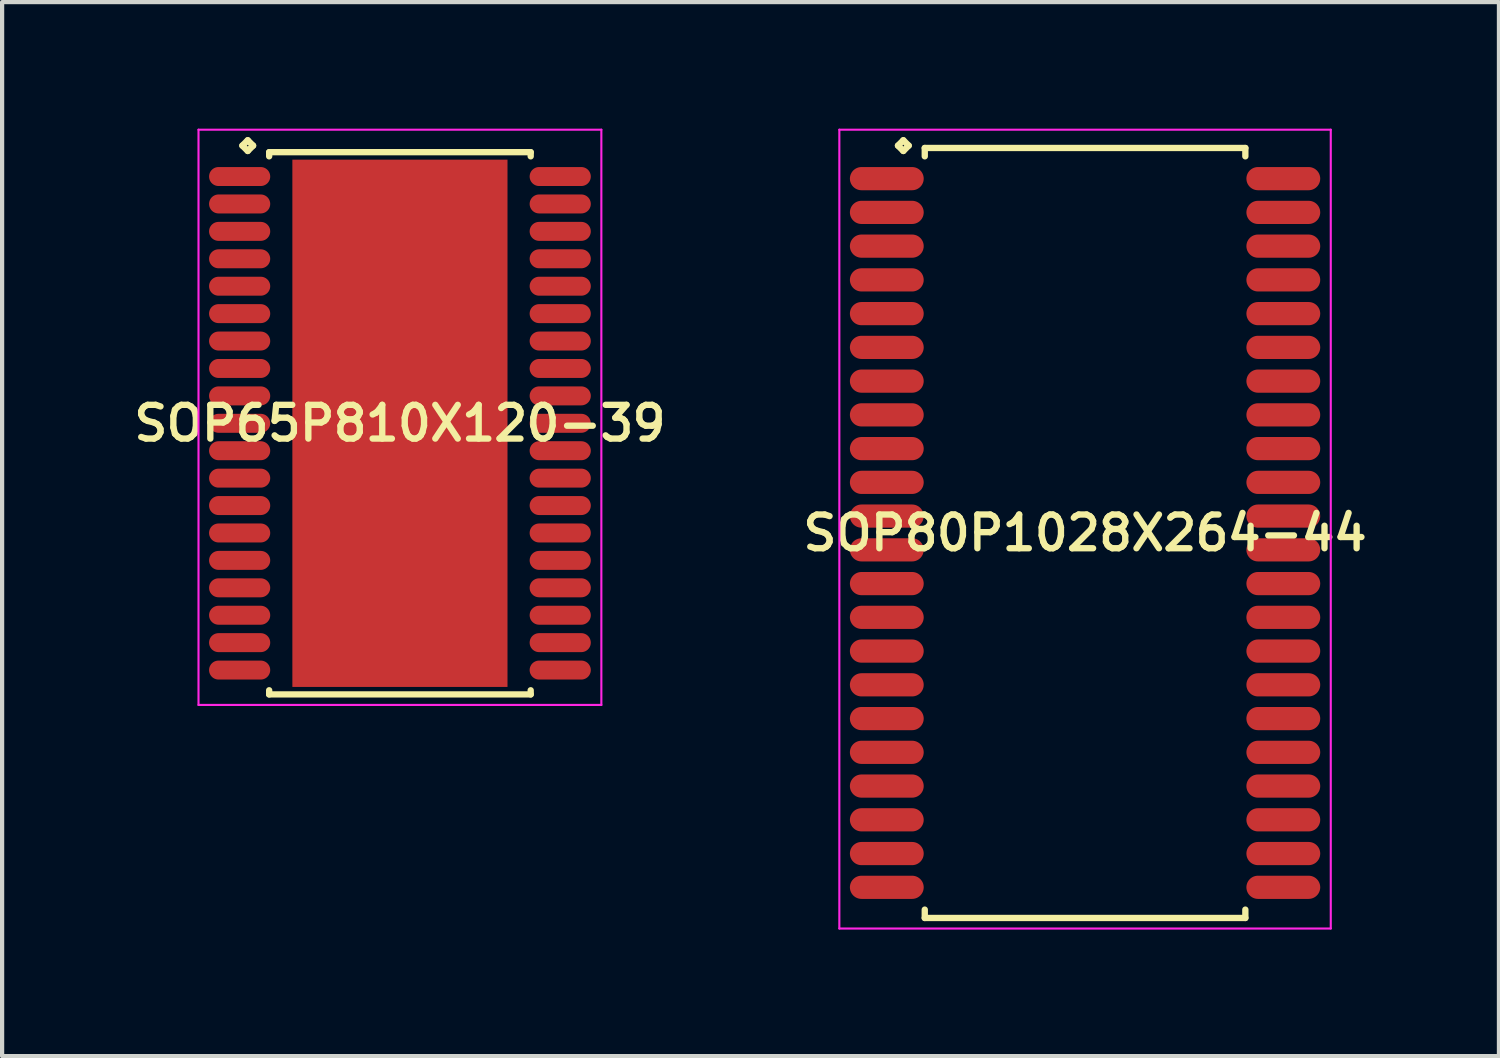
<source format=kicad_pcb>
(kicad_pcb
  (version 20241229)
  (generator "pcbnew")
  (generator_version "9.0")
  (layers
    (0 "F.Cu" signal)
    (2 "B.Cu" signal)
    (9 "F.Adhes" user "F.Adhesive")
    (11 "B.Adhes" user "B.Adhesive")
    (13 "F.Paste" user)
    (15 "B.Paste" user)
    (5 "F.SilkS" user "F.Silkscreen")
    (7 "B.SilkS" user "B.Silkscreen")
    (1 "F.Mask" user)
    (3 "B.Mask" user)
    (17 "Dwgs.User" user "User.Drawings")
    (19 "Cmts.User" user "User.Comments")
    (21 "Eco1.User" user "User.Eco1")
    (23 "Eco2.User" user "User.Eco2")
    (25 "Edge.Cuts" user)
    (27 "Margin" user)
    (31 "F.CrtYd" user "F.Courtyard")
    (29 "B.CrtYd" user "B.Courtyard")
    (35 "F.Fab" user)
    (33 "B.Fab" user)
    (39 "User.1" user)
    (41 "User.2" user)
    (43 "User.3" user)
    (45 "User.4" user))
  (footprint "SOP80P1028X264-44"
    (layer "F.Cu")
    (at 22.673 9.585)
    (property "Reference" "SOP80P1028X264-44" (at 0 0 0) (layer "F.SilkS") (effects (font (size 0.8 0.8) (thickness 0.15))))
    (attr smd)
    (fp_line (start -4.435 -9.183) (end -4.308 -9.31) (stroke (width 0.15) (type solid)) (layer "F.SilkS"))
    (fp_line (start -4.308 -9.31) (end -4.181 -9.183) (stroke (width 0.15) (type solid)) (layer "F.SilkS"))
    (fp_line (start -4.308 -9.056) (end -4.435 -9.183) (stroke (width 0.15) (type solid)) (layer "F.SilkS"))
    (fp_line (start -4.181 -9.183) (end -4.308 -9.056) (stroke (width 0.15) (type solid)) (layer "F.SilkS"))
    (fp_line (start -3.8 -9.127) (end 3.8 -9.127) (stroke (width 0.15) (type solid)) (layer "F.SilkS"))
    (fp_line (start -3.8 -8.929) (end -3.8 -9.127) (stroke (width 0.15) (type solid)) (layer "F.SilkS"))
    (fp_line (start -3.8 8.929) (end -3.8 9.127) (stroke (width 0.15) (type solid)) (layer "F.SilkS"))
    (fp_line (start -3.8 9.127) (end 3.8 9.127) (stroke (width 0.15) (type solid)) (layer "F.SilkS"))
    (fp_line (start 3.8 -9.127) (end 3.8 -8.929) (stroke (width 0.15) (type solid)) (layer "F.SilkS"))
    (fp_line (start 3.8 9.127) (end 3.8 8.929) (stroke (width 0.15) (type solid)) (layer "F.SilkS"))
    (fp_line (start -5.825 -9.56) (end 5.825 -9.56) (stroke (width 0.05) (type solid)) (layer "F.CrtYd"))
    (fp_line (start -5.825 9.377) (end -5.825 -9.56) (stroke (width 0.05) (type solid)) (layer "F.CrtYd"))
    (fp_line (start 5.825 -9.56) (end 5.825 9.377) (stroke (width 0.05) (type solid)) (layer "F.CrtYd"))
    (fp_line (start 5.825 9.377) (end -5.825 9.377) (stroke (width 0.05) (type solid)) (layer "F.CrtYd"))
    (pad "1" smd oval (at -4.7 -8.4) (size 1.75 0.55) (layers "F.Cu" "F.Mask" "F.Paste"))
    (pad "2" smd oval (at -4.7 -7.6) (size 1.75 0.55) (layers "F.Cu" "F.Mask" "F.Paste"))
    (pad "3" smd oval (at -4.7 -6.8) (size 1.75 0.55) (layers "F.Cu" "F.Mask" "F.Paste"))
    (pad "4" smd oval (at -4.7 -6) (size 1.75 0.55) (layers "F.Cu" "F.Mask" "F.Paste"))
    (pad "5" smd oval (at -4.7 -5.2) (size 1.75 0.55) (layers "F.Cu" "F.Mask" "F.Paste"))
    (pad "6" smd oval (at -4.7 -4.4) (size 1.75 0.55) (layers "F.Cu" "F.Mask" "F.Paste"))
    (pad "7" smd oval (at -4.7 -3.6) (size 1.75 0.55) (layers "F.Cu" "F.Mask" "F.Paste"))
    (pad "8" smd oval (at -4.7 -2.8) (size 1.75 0.55) (layers "F.Cu" "F.Mask" "F.Paste"))
    (pad "9" smd oval (at -4.7 -2) (size 1.75 0.55) (layers "F.Cu" "F.Mask" "F.Paste"))
    (pad "10" smd oval (at -4.7 -1.2) (size 1.75 0.55) (layers "F.Cu" "F.Mask" "F.Paste"))
    (pad "11" smd oval (at -4.7 -0.4) (size 1.75 0.55) (layers "F.Cu" "F.Mask" "F.Paste"))
    (pad "12" smd oval (at -4.7 0.4) (size 1.75 0.55) (layers "F.Cu" "F.Mask" "F.Paste"))
    (pad "13" smd oval (at -4.7 1.2) (size 1.75 0.55) (layers "F.Cu" "F.Mask" "F.Paste"))
    (pad "14" smd oval (at -4.7 2) (size 1.75 0.55) (layers "F.Cu" "F.Mask" "F.Paste"))
    (pad "15" smd oval (at -4.7 2.8) (size 1.75 0.55) (layers "F.Cu" "F.Mask" "F.Paste"))
    (pad "16" smd oval (at -4.7 3.6) (size 1.75 0.55) (layers "F.Cu" "F.Mask" "F.Paste"))
    (pad "17" smd oval (at -4.7 4.4) (size 1.75 0.55) (layers "F.Cu" "F.Mask" "F.Paste"))
    (pad "18" smd oval (at -4.7 5.2) (size 1.75 0.55) (layers "F.Cu" "F.Mask" "F.Paste"))
    (pad "19" smd oval (at -4.7 6) (size 1.75 0.55) (layers "F.Cu" "F.Mask" "F.Paste"))
    (pad "20" smd oval (at -4.7 6.8) (size 1.75 0.55) (layers "F.Cu" "F.Mask" "F.Paste"))
    (pad "21" smd oval (at -4.7 7.6) (size 1.75 0.55) (layers "F.Cu" "F.Mask" "F.Paste"))
    (pad "22" smd oval (at -4.7 8.4) (size 1.75 0.55) (layers "F.Cu" "F.Mask" "F.Paste"))
    (pad "23" smd oval (at 4.7 8.4) (size 1.75 0.55) (layers "F.Cu" "F.Mask" "F.Paste"))
    (pad "24" smd oval (at 4.7 7.6) (size 1.75 0.55) (layers "F.Cu" "F.Mask" "F.Paste"))
    (pad "25" smd oval (at 4.7 6.8) (size 1.75 0.55) (layers "F.Cu" "F.Mask" "F.Paste"))
    (pad "26" smd oval (at 4.7 6) (size 1.75 0.55) (layers "F.Cu" "F.Mask" "F.Paste"))
    (pad "27" smd oval (at 4.7 5.2) (size 1.75 0.55) (layers "F.Cu" "F.Mask" "F.Paste"))
    (pad "28" smd oval (at 4.7 4.4) (size 1.75 0.55) (layers "F.Cu" "F.Mask" "F.Paste"))
    (pad "29" smd oval (at 4.7 3.6) (size 1.75 0.55) (layers "F.Cu" "F.Mask" "F.Paste"))
    (pad "30" smd oval (at 4.7 2.8) (size 1.75 0.55) (layers "F.Cu" "F.Mask" "F.Paste"))
    (pad "31" smd oval (at 4.7 2) (size 1.75 0.55) (layers "F.Cu" "F.Mask" "F.Paste"))
    (pad "32" smd oval (at 4.7 1.2) (size 1.75 0.55) (layers "F.Cu" "F.Mask" "F.Paste"))
    (pad "33" smd oval (at 4.7 0.4) (size 1.75 0.55) (layers "F.Cu" "F.Mask" "F.Paste"))
    (pad "34" smd oval (at 4.7 -0.4) (size 1.75 0.55) (layers "F.Cu" "F.Mask" "F.Paste"))
    (pad "35" smd oval (at 4.7 -1.2) (size 1.75 0.55) (layers "F.Cu" "F.Mask" "F.Paste"))
    (pad "36" smd oval (at 4.7 -2) (size 1.75 0.55) (layers "F.Cu" "F.Mask" "F.Paste"))
    (pad "37" smd oval (at 4.7 -2.8) (size 1.75 0.55) (layers "F.Cu" "F.Mask" "F.Paste"))
    (pad "38" smd oval (at 4.7 -3.6) (size 1.75 0.55) (layers "F.Cu" "F.Mask" "F.Paste"))
    (pad "39" smd oval (at 4.7 -4.4) (size 1.75 0.55) (layers "F.Cu" "F.Mask" "F.Paste"))
    (pad "40" smd oval (at 4.7 -5.2) (size 1.75 0.55) (layers "F.Cu" "F.Mask" "F.Paste"))
    (pad "41" smd oval (at 4.7 -6) (size 1.75 0.55) (layers "F.Cu" "F.Mask" "F.Paste"))
    (pad "42" smd oval (at 4.7 -6.8) (size 1.75 0.55) (layers "F.Cu" "F.Mask" "F.Paste"))
    (pad "43" smd oval (at 4.7 -7.6) (size 1.75 0.55) (layers "F.Cu" "F.Mask" "F.Paste"))
    (pad "44" smd oval (at 4.7 -8.4) (size 1.75 0.55) (layers "F.Cu" "F.Mask" "F.Paste")))
  (footprint "SOP65P810X120-39"
    (layer "F.Cu")
    (at 6.431 6.985)
    (property "Reference" "SOP65P810X120-39" (at 0 0 0) (layer "F.SilkS") (effects (font (size 0.8 0.8) (thickness 0.15))))
    (attr smd)
    (fp_line (start -3.735 -6.583) (end -3.608 -6.71) (stroke (width 0.15) (type solid)) (layer "F.SilkS"))
    (fp_line (start -3.608 -6.71) (end -3.481 -6.583) (stroke (width 0.15) (type solid)) (layer "F.SilkS"))
    (fp_line (start -3.608 -6.456) (end -3.735 -6.583) (stroke (width 0.15) (type solid)) (layer "F.SilkS"))
    (fp_line (start -3.481 -6.583) (end -3.608 -6.456) (stroke (width 0.15) (type solid)) (layer "F.SilkS"))
    (fp_line (start -3.1 -6.427) (end 3.1 -6.427) (stroke (width 0.15) (type solid)) (layer "F.SilkS"))
    (fp_line (start -3.1 -6.329) (end -3.1 -6.427) (stroke (width 0.15) (type solid)) (layer "F.SilkS"))
    (fp_line (start -3.1 6.329) (end -3.1 6.427) (stroke (width 0.15) (type solid)) (layer "F.SilkS"))
    (fp_line (start -3.1 6.427) (end 3.1 6.427) (stroke (width 0.15) (type solid)) (layer "F.SilkS"))
    (fp_line (start 3.1 -6.427) (end 3.1 -6.329) (stroke (width 0.15) (type solid)) (layer "F.SilkS"))
    (fp_line (start 3.1 6.427) (end 3.1 6.329) (stroke (width 0.15) (type solid)) (layer "F.SilkS"))
    (fp_line (start -4.775 -6.96) (end 4.775 -6.96) (stroke (width 0.05) (type solid)) (layer "F.CrtYd"))
    (fp_line (start -4.775 6.677) (end -4.775 -6.96) (stroke (width 0.05) (type solid)) (layer "F.CrtYd"))
    (fp_line (start 4.775 -6.96) (end 4.775 6.677) (stroke (width 0.05) (type solid)) (layer "F.CrtYd"))
    (fp_line (start 4.775 6.677) (end -4.775 6.677) (stroke (width 0.05) (type solid)) (layer "F.CrtYd"))
    (pad "1" smd oval (at -3.8 -5.85) (size 1.45 0.45) (layers "F.Cu" "F.Mask" "F.Paste"))
    (pad "2" smd oval (at -3.8 -5.2) (size 1.45 0.45) (layers "F.Cu" "F.Mask" "F.Paste"))
    (pad "3" smd oval (at -3.8 -4.55) (size 1.45 0.45) (layers "F.Cu" "F.Mask" "F.Paste"))
    (pad "4" smd oval (at -3.8 -3.9) (size 1.45 0.45) (layers "F.Cu" "F.Mask" "F.Paste"))
    (pad "5" smd oval (at -3.8 -3.25) (size 1.45 0.45) (layers "F.Cu" "F.Mask" "F.Paste"))
    (pad "6" smd oval (at -3.8 -2.6) (size 1.45 0.45) (layers "F.Cu" "F.Mask" "F.Paste"))
    (pad "7" smd oval (at -3.8 -1.95) (size 1.45 0.45) (layers "F.Cu" "F.Mask" "F.Paste"))
    (pad "8" smd oval (at -3.8 -1.3) (size 1.45 0.45) (layers "F.Cu" "F.Mask" "F.Paste"))
    (pad "9" smd oval (at -3.8 -0.65) (size 1.45 0.45) (layers "F.Cu" "F.Mask" "F.Paste"))
    (pad "10" smd oval (at -3.8 0) (size 1.45 0.45) (layers "F.Cu" "F.Mask" "F.Paste"))
    (pad "11" smd oval (at -3.8 0.65) (size 1.45 0.45) (layers "F.Cu" "F.Mask" "F.Paste"))
    (pad "12" smd oval (at -3.8 1.3) (size 1.45 0.45) (layers "F.Cu" "F.Mask" "F.Paste"))
    (pad "13" smd oval (at -3.8 1.95) (size 1.45 0.45) (layers "F.Cu" "F.Mask" "F.Paste"))
    (pad "14" smd oval (at -3.8 2.6) (size 1.45 0.45) (layers "F.Cu" "F.Mask" "F.Paste"))
    (pad "15" smd oval (at -3.8 3.25) (size 1.45 0.45) (layers "F.Cu" "F.Mask" "F.Paste"))
    (pad "16" smd oval (at -3.8 3.9) (size 1.45 0.45) (layers "F.Cu" "F.Mask" "F.Paste"))
    (pad "17" smd oval (at -3.8 4.55) (size 1.45 0.45) (layers "F.Cu" "F.Mask" "F.Paste"))
    (pad "18" smd oval (at -3.8 5.2) (size 1.45 0.45) (layers "F.Cu" "F.Mask" "F.Paste"))
    (pad "19" smd oval (at -3.8 5.85) (size 1.45 0.45) (layers "F.Cu" "F.Mask" "F.Paste"))
    (pad "20" smd oval (at 3.8 5.85) (size 1.45 0.45) (layers "F.Cu" "F.Mask" "F.Paste"))
    (pad "21" smd oval (at 3.8 5.2) (size 1.45 0.45) (layers "F.Cu" "F.Mask" "F.Paste"))
    (pad "22" smd oval (at 3.8 4.55) (size 1.45 0.45) (layers "F.Cu" "F.Mask" "F.Paste"))
    (pad "23" smd oval (at 3.8 3.9) (size 1.45 0.45) (layers "F.Cu" "F.Mask" "F.Paste"))
    (pad "24" smd oval (at 3.8 3.25) (size 1.45 0.45) (layers "F.Cu" "F.Mask" "F.Paste"))
    (pad "25" smd oval (at 3.8 2.6) (size 1.45 0.45) (layers "F.Cu" "F.Mask" "F.Paste"))
    (pad "26" smd oval (at 3.8 1.95) (size 1.45 0.45) (layers "F.Cu" "F.Mask" "F.Paste"))
    (pad "27" smd oval (at 3.8 1.3) (size 1.45 0.45) (layers "F.Cu" "F.Mask" "F.Paste"))
    (pad "28" smd oval (at 3.8 0.65) (size 1.45 0.45) (layers "F.Cu" "F.Mask" "F.Paste"))
    (pad "29" smd oval (at 3.8 0) (size 1.45 0.45) (layers "F.Cu" "F.Mask" "F.Paste"))
    (pad "30" smd oval (at 3.8 -0.65) (size 1.45 0.45) (layers "F.Cu" "F.Mask" "F.Paste"))
    (pad "31" smd oval (at 3.8 -1.3) (size 1.45 0.45) (layers "F.Cu" "F.Mask" "F.Paste"))
    (pad "32" smd oval (at 3.8 -1.95) (size 1.45 0.45) (layers "F.Cu" "F.Mask" "F.Paste"))
    (pad "33" smd oval (at 3.8 -2.6) (size 1.45 0.45) (layers "F.Cu" "F.Mask" "F.Paste"))
    (pad "34" smd oval (at 3.8 -3.25) (size 1.45 0.45) (layers "F.Cu" "F.Mask" "F.Paste"))
    (pad "35" smd oval (at 3.8 -3.9) (size 1.45 0.45) (layers "F.Cu" "F.Mask" "F.Paste"))
    (pad "36" smd oval (at 3.8 -4.55) (size 1.45 0.45) (layers "F.Cu" "F.Mask" "F.Paste"))
    (pad "37" smd oval (at 3.8 -5.2) (size 1.45 0.45) (layers "F.Cu" "F.Mask" "F.Paste"))
    (pad "38" smd oval (at 3.8 -5.85) (size 1.45 0.45) (layers "F.Cu" "F.Mask" "F.Paste"))
    (pad "39" smd rect (at 0 0) (size 5.1 12.5) (layers "F.Cu" "F.Mask" "F.Paste")))
  (gr_rect
    (start -3 -3)
    (end 32.485 21.987)
    (stroke (width 0.1) (type default))
    (fill no)
    (layer "Edge.Cuts")))
</source>
